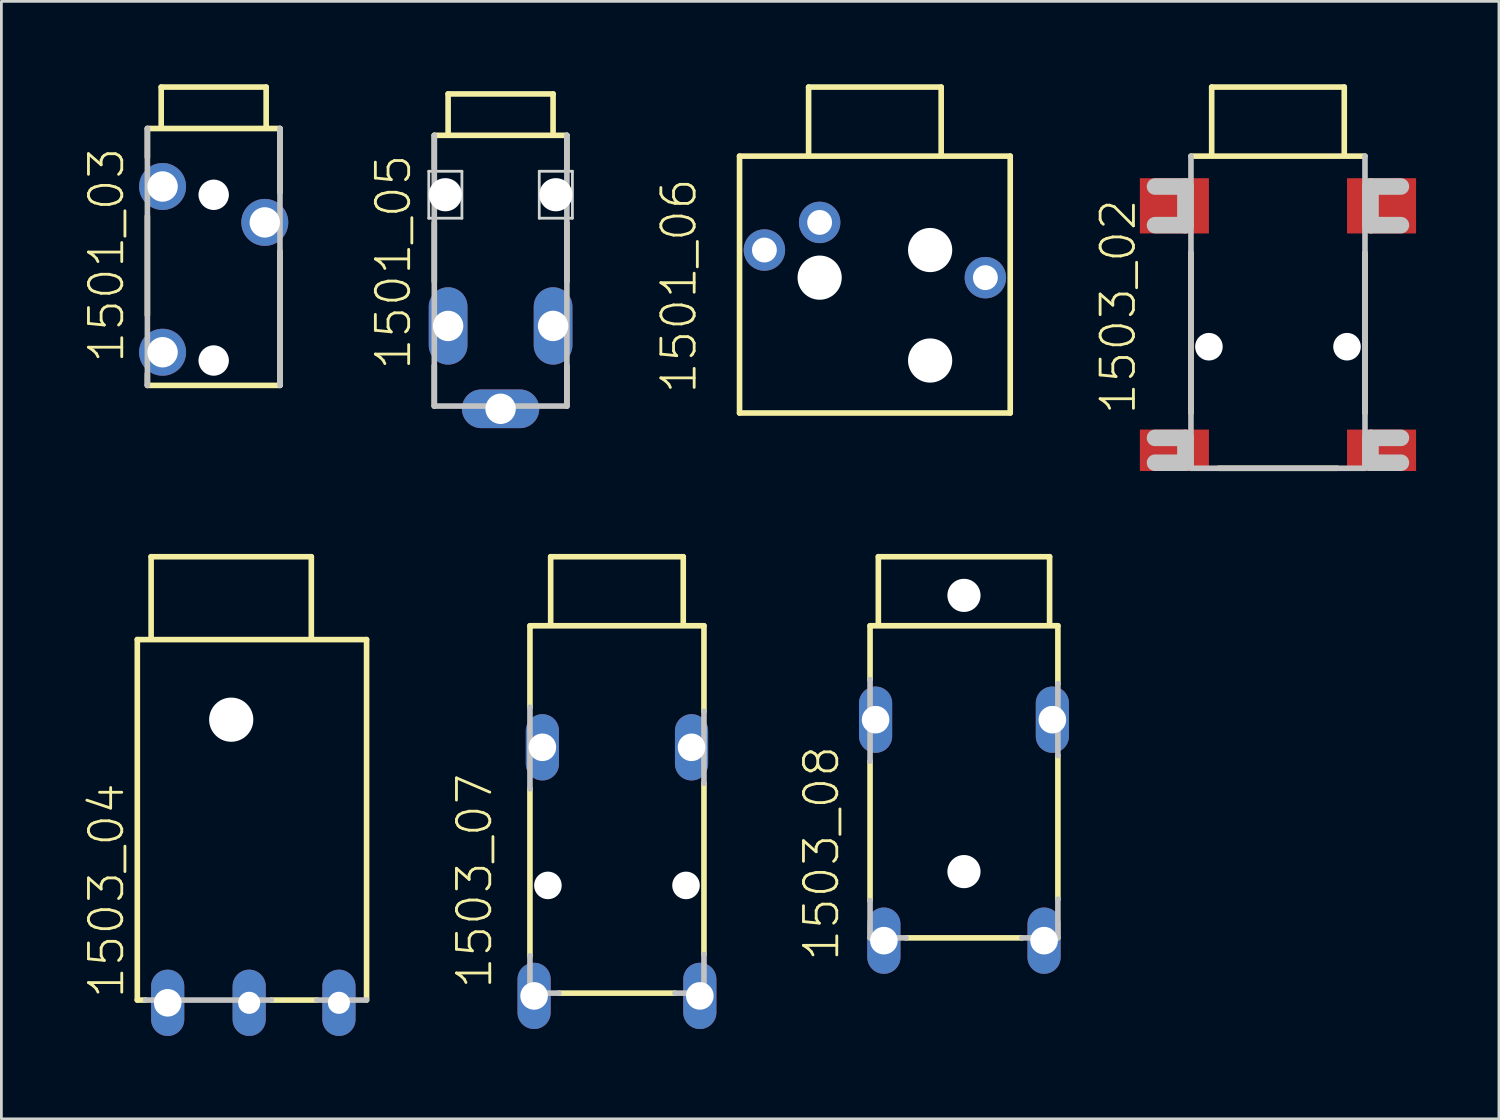
<source format=kicad_pcb>
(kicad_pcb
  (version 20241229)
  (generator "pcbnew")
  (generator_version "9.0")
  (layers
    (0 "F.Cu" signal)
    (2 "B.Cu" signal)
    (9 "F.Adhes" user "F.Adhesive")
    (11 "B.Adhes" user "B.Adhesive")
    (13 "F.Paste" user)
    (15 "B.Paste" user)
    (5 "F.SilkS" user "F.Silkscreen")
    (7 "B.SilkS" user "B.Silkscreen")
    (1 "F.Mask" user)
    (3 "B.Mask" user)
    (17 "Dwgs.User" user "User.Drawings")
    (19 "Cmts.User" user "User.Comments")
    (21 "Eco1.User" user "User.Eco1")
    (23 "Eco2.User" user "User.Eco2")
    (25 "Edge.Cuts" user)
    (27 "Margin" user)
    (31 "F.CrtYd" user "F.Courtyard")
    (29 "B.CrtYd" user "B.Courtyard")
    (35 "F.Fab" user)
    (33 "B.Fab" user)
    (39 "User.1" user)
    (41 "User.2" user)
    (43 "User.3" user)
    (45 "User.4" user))
  (footprint "1501_05"
    (layer "F.Cu")
    (at 15.073 0.25)
    (property "Reference" "1501_05" (at -3.175 10.16 90) (layer "F.SilkS") (effects (font (size 1.206 1.206) (thickness 0.102)) (justify left bottom)))
    (attr through_hole)
    (fp_line (start -2.4 1.6) (end 2.4 1.6) (stroke (width 0.203) (type solid)) (layer "F.SilkS"))
    (fp_line (start -2.4 2.795) (end -2.4 1.6) (stroke (width 0.203) (type solid)) (layer "F.SilkS"))
    (fp_line (start -2.4 6.885) (end -2.4 4.775) (stroke (width 0.203) (type solid)) (layer "F.SilkS"))
    (fp_line (start -2.4 11.4) (end -2.4 9.94) (stroke (width 0.203) (type solid)) (layer "F.SilkS"))
    (fp_line (start -1.9 0.1) (end -1.9 1.5) (stroke (width 0.203) (type solid)) (layer "F.SilkS"))
    (fp_line (start -1.9 0.1) (end 1.9 0.1) (stroke (width 0.203) (type solid)) (layer "F.SilkS"))
    (fp_line (start 1.9 0.1) (end 1.9 1.5) (stroke (width 0.203) (type solid)) (layer "F.SilkS"))
    (fp_line (start 2.4 1.6) (end 2.4 2.815) (stroke (width 0.203) (type solid)) (layer "F.SilkS"))
    (fp_line (start 2.4 6.885) (end 2.4 4.775) (stroke (width 0.203) (type solid)) (layer "F.SilkS"))
    (fp_line (start 2.4 9.945) (end 2.4 11.4) (stroke (width 0.203) (type solid)) (layer "F.SilkS"))
    (fp_line (start -2.4 11.4) (end -2.4 1.6) (stroke (width 0.203) (type solid)) (layer "Dwgs.User"))
    (fp_line (start 2.4 1.6) (end 2.4 11.4) (stroke (width 0.203) (type solid)) (layer "Dwgs.User"))
    (fp_line (start 2.4 11.4) (end -2.4 11.4) (stroke (width 0.203) (type solid)) (layer "Dwgs.User"))
    (fp_line (start -2.6 2.9) (end -1.4 2.9) (stroke (width 0.1) (type solid)) (layer "Edge.Cuts"))
    (fp_line (start -2.6 4.6) (end -2.6 2.9) (stroke (width 0.1) (type solid)) (layer "Edge.Cuts"))
    (fp_line (start -1.4 2.9) (end -1.4 4.6) (stroke (width 0.1) (type solid)) (layer "Edge.Cuts"))
    (fp_line (start -1.4 4.6) (end -2.6 4.6) (stroke (width 0.1) (type solid)) (layer "Edge.Cuts"))
    (fp_line (start 1.4 2.9) (end 2.6 2.9) (stroke (width 0.1) (type solid)) (layer "Edge.Cuts"))
    (fp_line (start 1.4 4.6) (end 1.4 2.9) (stroke (width 0.1) (type solid)) (layer "Edge.Cuts"))
    (fp_line (start 2.6 2.9) (end 2.6 4.6) (stroke (width 0.1) (type solid)) (layer "Edge.Cuts"))
    (fp_line (start 2.6 4.6) (end 1.4 4.6) (stroke (width 0.1) (type solid)) (layer "Edge.Cuts"))
    (pad "" np_thru_hole circle (at -2 3.75) (size 1.2 1.2) (drill 1.2) (layers "*.Cu"))
    (pad "" np_thru_hole circle (at 2 3.75) (size 1.2 1.2) (drill 1.2) (layers "*.Cu"))
    (pad "1" thru_hole oval (at -1.9 8.5 90) (size 2.8 1.4) (drill 1.1) (layers "*.Cu" "*.Mask"))
    (pad "2" thru_hole oval (at 0 11.5) (size 2.8 1.4) (drill 1.1) (layers "*.Cu" "*.Mask"))
    (pad "3" thru_hole oval (at 1.9 8.5 90) (size 2.8 1.4) (drill 1.1) (layers "*.Cu" "*.Mask")))
  (footprint "1503_04"
    (layer "F.Cu")
    (at 5.321 23.005)
    (property "Reference" "1503_04" (at -3.81 10.16 90) (layer "F.SilkS") (effects (font (size 1.206 1.206) (thickness 0.102)) (justify left bottom)))
    (attr through_hole)
    (fp_line (start -3.4 -2.9) (end 4.9 -2.9) (stroke (width 0.203) (type solid)) (layer "F.SilkS"))
    (fp_line (start -3.4 10.15) (end -3.4 -2.9) (stroke (width 0.203) (type solid)) (layer "F.SilkS"))
    (fp_line (start -3.1 10.15) (end -3.4 10.15) (stroke (width 0.203) (type solid)) (layer "F.SilkS"))
    (fp_line (start -2.9 -5.9) (end 2.9 -5.9) (stroke (width 0.203) (type solid)) (layer "F.SilkS"))
    (fp_line (start -2.9 -3) (end -2.9 -5.9) (stroke (width 0.203) (type solid)) (layer "F.SilkS"))
    (fp_line (start 2.9 -5.9) (end 2.9 -3) (stroke (width 0.203) (type solid)) (layer "F.SilkS"))
    (fp_line (start 3.1 10.15) (end 1.45 10.15) (stroke (width 0.203) (type solid)) (layer "F.SilkS"))
    (fp_line (start 4.9 -2.9) (end 4.9 10.15) (stroke (width 0.203) (type solid)) (layer "F.SilkS"))
    (fp_line (start 1.45 10.15) (end -3.1 10.15) (stroke (width 0.203) (type solid)) (layer "Dwgs.User"))
    (fp_line (start 4.9 10.15) (end 3.1 10.15) (stroke (width 0.203) (type solid)) (layer "Dwgs.User"))
    (pad "" np_thru_hole circle (at 0 0) (size 1.6 1.6) (drill 1.6) (layers "*.Cu"))
    (pad "1" thru_hole oval (at 3.9 10.25 90) (size 2.4 1.2) (drill 0.8) (layers "*.Cu" "*.Mask"))
    (pad "2" thru_hole oval (at 0.65 10.25 90) (size 2.4 1.2) (drill 0.8) (layers "*.Cu" "*.Mask"))
    (pad "3" thru_hole oval (at -2.3 10.25 90) (size 2.4 1.2) (drill 1) (layers "*.Cu" "*.Mask")))
  (footprint "1503_07"
    (layer "F.Cu")
    (at 19.286 22.005)
    (property "Reference" "1503_07" (at -4.452 10.812 90) (layer "F.SilkS") (effects (font (size 1.206 1.206) (thickness 0.102)) (justify left bottom)))
    (attr through_hole)
    (fp_line (start -3.15 -2.4) (end 3.15 -2.4) (stroke (width 0.203) (type solid)) (layer "F.SilkS"))
    (fp_line (start -3.15 0.55) (end -3.15 -2.4) (stroke (width 0.203) (type solid)) (layer "F.SilkS"))
    (fp_line (start -3.15 9.55) (end -3.15 3.5) (stroke (width 0.203) (type solid)) (layer "F.SilkS"))
    (fp_line (start -2.4 -4.9) (end 2.4 -4.9) (stroke (width 0.203) (type solid)) (layer "F.SilkS"))
    (fp_line (start -2.4 -2.5) (end -2.4 -4.9) (stroke (width 0.203) (type solid)) (layer "F.SilkS"))
    (fp_line (start 2.1 10.9) (end -2.1 10.9) (stroke (width 0.203) (type solid)) (layer "F.SilkS"))
    (fp_line (start 2.4 -2.5) (end 2.4 -4.9) (stroke (width 0.203) (type solid)) (layer "F.SilkS"))
    (fp_line (start 3.15 -2.4) (end 3.15 0.7) (stroke (width 0.203) (type solid)) (layer "F.SilkS"))
    (fp_line (start 3.15 3.3) (end 3.15 9.5) (stroke (width 0.203) (type solid)) (layer "F.SilkS"))
    (fp_line (start -3.15 3.5) (end -3.15 0.55) (stroke (width 0.203) (type solid)) (layer "Dwgs.User"))
    (fp_line (start -3.15 10.9) (end -3.15 9.55) (stroke (width 0.203) (type solid)) (layer "Dwgs.User"))
    (fp_line (start -2.1 10.9) (end -3.15 10.9) (stroke (width 0.203) (type solid)) (layer "Dwgs.User"))
    (fp_line (start 3.15 0.7) (end 3.15 3.3) (stroke (width 0.203) (type solid)) (layer "Dwgs.User"))
    (fp_line (start 3.15 9.5) (end 3.15 10.9) (stroke (width 0.203) (type solid)) (layer "Dwgs.User"))
    (fp_line (start 3.15 10.9) (end 2.1 10.9) (stroke (width 0.203) (type solid)) (layer "Dwgs.User"))
    (pad "" np_thru_hole circle (at -2.5 7) (size 1 1) (drill 1) (layers "*.Cu"))
    (pad "" np_thru_hole circle (at 2.5 7) (size 1 1) (drill 1) (layers "*.Cu"))
    (pad "1" thru_hole oval (at -3 11 90) (size 2.4 1.2) (drill 1) (layers "*.Cu" "*.Mask"))
    (pad "2@1" thru_hole oval (at -2.7 2 90) (size 2.4 1.2) (drill 1) (layers "*.Cu" "*.Mask"))
    (pad "2@2" thru_hole oval (at 2.7 2 90) (size 2.4 1.2) (drill 1) (layers "*.Cu" "*.Mask"))
    (pad "3" thru_hole oval (at 3 11 90) (size 2.4 1.2) (drill 1) (layers "*.Cu" "*.Mask")))
  (footprint "1503_02"
    (layer "F.Cu")
    (at 43.217 2.502)
    (property "Reference" "1503_02" (at -5.08 9.525 90) (layer "F.SilkS") (effects (font (size 1.206 1.206) (thickness 0.102)) (justify left bottom)))
    (attr through_hole)
    (fp_line (start -3.15 0.1) (end 3.15 0.1) (stroke (width 0.203) (type solid)) (layer "F.SilkS"))
    (fp_line (start -3.15 9.4) (end -3.15 3.6) (stroke (width 0.203) (type solid)) (layer "F.SilkS"))
    (fp_line (start -2.4 -2.4) (end 2.4 -2.4) (stroke (width 0.203) (type solid)) (layer "F.SilkS"))
    (fp_line (start -2.4 0) (end -2.4 -2.4) (stroke (width 0.203) (type solid)) (layer "F.SilkS"))
    (fp_line (start 2.15 11.4) (end -2.15 11.4) (stroke (width 0.203) (type solid)) (layer "F.SilkS"))
    (fp_line (start 2.4 0) (end 2.4 -2.4) (stroke (width 0.203) (type solid)) (layer "F.SilkS"))
    (fp_line (start 3.15 3.6) (end 3.15 9.4) (stroke (width 0.203) (type solid)) (layer "F.SilkS"))
    (fp_line (start -4.45 1.2) (end -3.35 1.2) (stroke (width 0.6) (type solid)) (layer "Dwgs.User"))
    (fp_line (start -4.45 10.3) (end -3.35 10.3) (stroke (width 0.6) (type solid)) (layer "Dwgs.User"))
    (fp_line (start -3.35 1.2) (end -3.35 2.6) (stroke (width 0.6) (type solid)) (layer "Dwgs.User"))
    (fp_line (start -3.35 2.6) (end -4.45 2.6) (stroke (width 0.6) (type solid)) (layer "Dwgs.User"))
    (fp_line (start -3.35 10.3) (end -3.35 11.2) (stroke (width 0.6) (type solid)) (layer "Dwgs.User"))
    (fp_line (start -3.35 11.2) (end -4.45 11.2) (stroke (width 0.6) (type solid)) (layer "Dwgs.User"))
    (fp_line (start -3.15 11.4) (end -3.15 0.1) (stroke (width 0.203) (type solid)) (layer "Dwgs.User"))
    (fp_line (start 3.15 0.1) (end 3.15 11.4) (stroke (width 0.203) (type solid)) (layer "Dwgs.User"))
    (fp_line (start 3.15 11.4) (end -3.15 11.4) (stroke (width 0.203) (type solid)) (layer "Dwgs.User"))
    (fp_line (start 3.35 1.2) (end 4.45 1.2) (stroke (width 0.6) (type solid)) (layer "Dwgs.User"))
    (fp_line (start 3.35 2.6) (end 3.35 1.2) (stroke (width 0.6) (type solid)) (layer "Dwgs.User"))
    (fp_line (start 3.35 10.3) (end 4.45 10.3) (stroke (width 0.6) (type solid)) (layer "Dwgs.User"))
    (fp_line (start 3.35 11.2) (end 3.35 10.3) (stroke (width 0.6) (type solid)) (layer "Dwgs.User"))
    (fp_line (start 4.45 2.6) (end 3.35 2.6) (stroke (width 0.6) (type solid)) (layer "Dwgs.User"))
    (fp_line (start 4.45 11.2) (end 3.35 11.2) (stroke (width 0.6) (type solid)) (layer "Dwgs.User"))
    (pad "" np_thru_hole circle (at -2.5 7) (size 1 1) (drill 1) (layers "*.Cu"))
    (pad "" np_thru_hole circle (at 2.5 7) (size 1 1) (drill 1) (layers "*.Cu"))
    (pad "1" smd rect (at -3.75 10.75 180) (size 2.5 1.5) (layers "F.Cu" "F.Mask" "F.Paste"))
    (pad "2" smd rect (at -3.75 1.9) (size 2.5 2) (layers "F.Cu" "F.Mask" "F.Paste"))
    (pad "2@2" smd rect (at 3.75 1.9) (size 2.5 2) (layers "F.Cu" "F.Mask" "F.Paste"))
    (pad "3" smd rect (at 3.75 10.75 180) (size 2.5 1.5) (layers "F.Cu" "F.Mask" "F.Paste")))
  (footprint "1501_06"
    (layer "F.Cu")
    (at 28.624 2.502)
    (property "Reference" "1501_06" (at -6.39 8.77 90) (layer "F.SilkS") (effects (font (size 1.206 1.206) (thickness 0.102)) (justify left bottom)))
    (attr through_hole)
    (fp_line (start -4.9 0.1) (end 4.9 0.1) (stroke (width 0.203) (type solid)) (layer "F.SilkS"))
    (fp_line (start -4.9 9.4) (end -4.9 0.1) (stroke (width 0.203) (type solid)) (layer "F.SilkS"))
    (fp_line (start -2.4 -2.4) (end 2.4 -2.4) (stroke (width 0.203) (type solid)) (layer "F.SilkS"))
    (fp_line (start -2.4 0) (end -2.4 -2.4) (stroke (width 0.203) (type solid)) (layer "F.SilkS"))
    (fp_line (start 2.4 -2.4) (end 2.4 0) (stroke (width 0.203) (type solid)) (layer "F.SilkS"))
    (fp_line (start 4.9 0.1) (end 4.9 9.4) (stroke (width 0.203) (type solid)) (layer "F.SilkS"))
    (fp_line (start 4.9 9.4) (end -4.9 9.4) (stroke (width 0.203) (type solid)) (layer "F.SilkS"))
    (pad "" np_thru_hole circle (at -2 4.5) (size 1.6 1.6) (drill 1.6) (layers "*.Cu"))
    (pad "" np_thru_hole circle (at 2 3.5) (size 1.6 1.6) (drill 1.6) (layers "*.Cu"))
    (pad "" np_thru_hole circle (at 2 7.5) (size 1.6 1.6) (drill 1.6) (layers "*.Cu"))
    (pad "1" thru_hole circle (at -2 2.5 180) (size 1.5 1.5) (drill 0.9) (layers "*.Cu" "*.Mask"))
    (pad "2" thru_hole circle (at -4 3.5 90) (size 1.5 1.5) (drill 0.9) (layers "*.Cu" "*.Mask"))
    (pad "4" thru_hole circle (at 4 4.5 90) (size 1.5 1.5) (drill 0.9) (layers "*.Cu" "*.Mask")))
  (footprint "1501_03"
    (layer "F.Cu")
    (at 4.686 4.002)
    (property "Reference" "1501_03" (at -3.175 6.16 90) (layer "F.SilkS") (effects (font (size 1.206 1.206) (thickness 0.102)) (justify left bottom)))
    (attr through_hole)
    (fp_line (start -2.4 -2.4) (end 2.4 -2.4) (stroke (width 0.203) (type solid)) (layer "F.SilkS"))
    (fp_line (start -2.4 -1.355) (end -2.4 -2.4) (stroke (width 0.203) (type solid)) (layer "F.SilkS"))
    (fp_line (start -2.4 4.36) (end -2.4 0.775) (stroke (width 0.203) (type solid)) (layer "F.SilkS"))
    (fp_line (start -2.4 6.9) (end -2.4 6.49) (stroke (width 0.203) (type solid)) (layer "F.SilkS"))
    (fp_line (start -1.9 -3.9) (end -1.9 -2.5) (stroke (width 0.203) (type solid)) (layer "F.SilkS"))
    (fp_line (start -1.9 -3.9) (end 1.9 -3.9) (stroke (width 0.203) (type solid)) (layer "F.SilkS"))
    (fp_line (start 1.9 -3.9) (end 1.9 -2.5) (stroke (width 0.203) (type solid)) (layer "F.SilkS"))
    (fp_line (start 2.4 -2.4) (end 2.4 -0.085) (stroke (width 0.203) (type solid)) (layer "F.SilkS"))
    (fp_line (start 2.4 2.045) (end 2.4 6.9) (stroke (width 0.203) (type solid)) (layer "F.SilkS"))
    (fp_line (start 2.4 6.9) (end -2.4 6.9) (stroke (width 0.203) (type solid)) (layer "F.SilkS"))
    (fp_line (start -2.4 6.9) (end -2.4 -2.4) (stroke (width 0.203) (type solid)) (layer "Dwgs.User"))
    (fp_line (start 2.4 -2.4) (end 2.4 6.9) (stroke (width 0.203) (type solid)) (layer "Dwgs.User"))
    (pad "" np_thru_hole circle (at 0 0) (size 1.1 1.1) (drill 1.1) (layers "*.Cu"))
    (pad "" np_thru_hole circle (at 0 6) (size 1.1 1.1) (drill 1.1) (layers "*.Cu"))
    (pad "1" thru_hole circle (at -1.85 -0.3) (size 1.7 1.7) (drill 1.1) (layers "*.Cu" "*.Mask"))
    (pad "2" thru_hole circle (at 1.85 1) (size 1.7 1.7) (drill 1.1) (layers "*.Cu" "*.Mask"))
    (pad "3" thru_hole circle (at -1.85 5.7) (size 1.7 1.7) (drill 1.1) (layers "*.Cu" "*.Mask")))
  (footprint "1503_08"
    (layer "F.Cu")
    (at 31.849 23.005)
    (property "Reference" "1503_08" (at -4.452 8.812 90) (layer "F.SilkS") (effects (font (size 1.206 1.206) (thickness 0.102)) (justify left bottom)))
    (attr through_hole)
    (fp_line (start -3.4 -3.4) (end 3.4 -3.4) (stroke (width 0.203) (type solid)) (layer "F.SilkS"))
    (fp_line (start -3.4 -1.45) (end -3.4 -3.4) (stroke (width 0.203) (type solid)) (layer "F.SilkS"))
    (fp_line (start -3.4 6.55) (end -3.4 1.5) (stroke (width 0.203) (type solid)) (layer "F.SilkS"))
    (fp_line (start -3.1 -5.9) (end 3.1 -5.9) (stroke (width 0.203) (type solid)) (layer "F.SilkS"))
    (fp_line (start -3.1 -3.5) (end -3.1 -5.9) (stroke (width 0.203) (type solid)) (layer "F.SilkS"))
    (fp_line (start 2.1 7.9) (end -2.1 7.9) (stroke (width 0.203) (type solid)) (layer "F.SilkS"))
    (fp_line (start 3.1 -3.5) (end 3.1 -5.9) (stroke (width 0.203) (type solid)) (layer "F.SilkS"))
    (fp_line (start 3.4 -3.4) (end 3.4 -1.3) (stroke (width 0.203) (type solid)) (layer "F.SilkS"))
    (fp_line (start 3.4 1.3) (end 3.4 6.5) (stroke (width 0.203) (type solid)) (layer "F.SilkS"))
    (fp_line (start -3.4 1.5) (end -3.4 -1.45) (stroke (width 0.203) (type solid)) (layer "Dwgs.User"))
    (fp_line (start -3.4 7.9) (end -3.4 6.55) (stroke (width 0.203) (type solid)) (layer "Dwgs.User"))
    (fp_line (start -2.1 7.9) (end -3.4 7.9) (stroke (width 0.203) (type solid)) (layer "Dwgs.User"))
    (fp_line (start 3.4 -1.3) (end 3.4 1.3) (stroke (width 0.203) (type solid)) (layer "Dwgs.User"))
    (fp_line (start 3.4 6.5) (end 3.4 7.9) (stroke (width 0.203) (type solid)) (layer "Dwgs.User"))
    (fp_line (start 3.4 7.9) (end 2.1 7.9) (stroke (width 0.203) (type solid)) (layer "Dwgs.User"))
    (pad "" np_thru_hole circle (at 0 -4.5) (size 1.2 1.2) (drill 1.2) (layers "*.Cu"))
    (pad "" np_thru_hole circle (at 0 5.5) (size 1.2 1.2) (drill 1.2) (layers "*.Cu"))
    (pad "1" thru_hole oval (at -2.9 8 90) (size 2.4 1.2) (drill 1) (layers "*.Cu" "*.Mask"))
    (pad "2@1" thru_hole oval (at -3.2 0 90) (size 2.4 1.2) (drill 1) (layers "*.Cu" "*.Mask"))
    (pad "2@2" thru_hole oval (at 3.2 0 90) (size 2.4 1.2) (drill 1) (layers "*.Cu" "*.Mask"))
    (pad "3" thru_hole oval (at 2.9 8 90) (size 2.4 1.2) (drill 1) (layers "*.Cu" "*.Mask")))
  (gr_rect
    (start -3 -3)
    (end 51.217 37.455)
    (stroke (width 0.1) (type default))
    (fill no)
    (layer "Edge.Cuts")))
</source>
